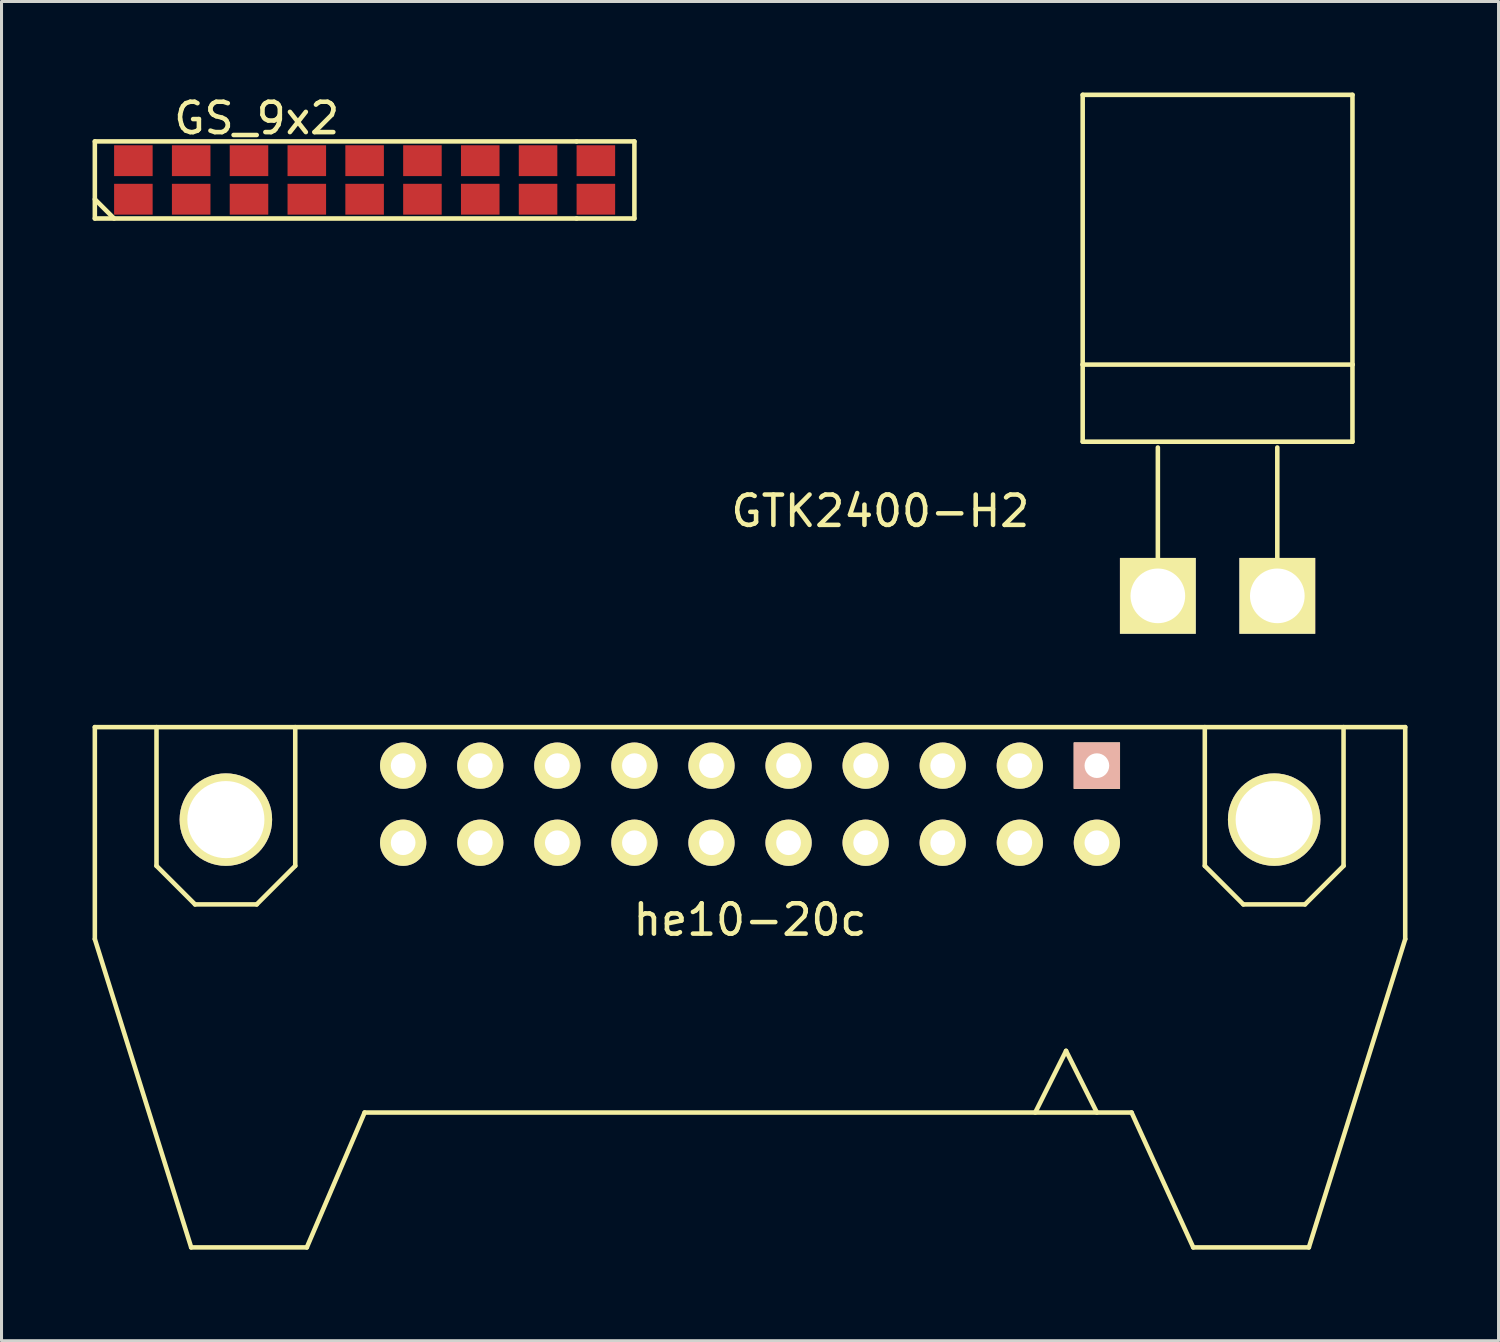
<source format=kicad_pcb>
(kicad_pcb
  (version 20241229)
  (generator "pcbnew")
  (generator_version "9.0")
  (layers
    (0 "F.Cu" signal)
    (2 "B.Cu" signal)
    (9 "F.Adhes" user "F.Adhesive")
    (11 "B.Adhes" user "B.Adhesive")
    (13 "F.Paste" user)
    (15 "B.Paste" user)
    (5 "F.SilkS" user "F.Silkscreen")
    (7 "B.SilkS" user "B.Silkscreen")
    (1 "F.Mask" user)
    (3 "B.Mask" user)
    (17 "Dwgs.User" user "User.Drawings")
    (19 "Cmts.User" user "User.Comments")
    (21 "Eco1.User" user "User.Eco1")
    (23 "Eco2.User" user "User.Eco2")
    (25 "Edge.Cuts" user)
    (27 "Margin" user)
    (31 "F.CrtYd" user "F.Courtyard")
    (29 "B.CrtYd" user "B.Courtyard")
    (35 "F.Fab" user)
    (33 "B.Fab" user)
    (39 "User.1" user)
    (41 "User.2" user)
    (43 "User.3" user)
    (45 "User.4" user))
  (footprint "he10-20c"
    (layer "F.Cu")
    (at 21.665 23.45)
    (property "Reference" "he10-20c" (at 0 3.81 0) (layer "F.SilkS") (effects (font (size 1 1) (thickness 0.15))))
    (attr through_hole)
    (fp_line (start -21.59 -2.54) (end -21.59 4.445) (stroke (width 0.15) (type solid)) (layer "F.SilkS"))
    (fp_line (start -21.59 -2.54) (end 21.59 -2.54) (stroke (width 0.15) (type solid)) (layer "F.SilkS"))
    (fp_line (start -21.59 4.445) (end -18.415 14.605) (stroke (width 0.15) (type solid)) (layer "F.SilkS"))
    (fp_line (start -19.558 2.032) (end -19.558 -2.54) (stroke (width 0.15) (type solid)) (layer "F.SilkS"))
    (fp_line (start -18.415 14.605) (end -14.605 14.605) (stroke (width 0.15) (type solid)) (layer "F.SilkS"))
    (fp_line (start -18.288 3.302) (end -19.558 2.032) (stroke (width 0.15) (type solid)) (layer "F.SilkS"))
    (fp_line (start -16.256 3.302) (end -18.288 3.302) (stroke (width 0.15) (type solid)) (layer "F.SilkS"))
    (fp_line (start -14.986 -2.54) (end -14.986 2.032) (stroke (width 0.15) (type solid)) (layer "F.SilkS"))
    (fp_line (start -14.986 2.032) (end -16.256 3.302) (stroke (width 0.15) (type solid)) (layer "F.SilkS"))
    (fp_line (start -14.605 14.605) (end -12.7 10.16) (stroke (width 0.15) (type solid)) (layer "F.SilkS"))
    (fp_line (start -12.7 10.16) (end 12.573 10.16) (stroke (width 0.15) (type solid)) (layer "F.SilkS"))
    (fp_line (start 10.414 8.128) (end 9.398 10.16) (stroke (width 0.15) (type solid)) (layer "F.SilkS"))
    (fp_line (start 11.43 10.16) (end 10.414 8.128) (stroke (width 0.15) (type solid)) (layer "F.SilkS"))
    (fp_line (start 14.605 14.605) (end 12.573 10.16) (stroke (width 0.15) (type solid)) (layer "F.SilkS"))
    (fp_line (start 14.986 2.032) (end 14.986 -2.54) (stroke (width 0.15) (type solid)) (layer "F.SilkS"))
    (fp_line (start 16.256 3.302) (end 14.986 2.032) (stroke (width 0.15) (type solid)) (layer "F.SilkS"))
    (fp_line (start 18.288 3.302) (end 16.256 3.302) (stroke (width 0.15) (type solid)) (layer "F.SilkS"))
    (fp_line (start 18.415 14.605) (end 14.605 14.605) (stroke (width 0.15) (type solid)) (layer "F.SilkS"))
    (fp_line (start 19.558 -2.54) (end 19.558 2.032) (stroke (width 0.15) (type solid)) (layer "F.SilkS"))
    (fp_line (start 19.558 2.032) (end 18.288 3.302) (stroke (width 0.15) (type solid)) (layer "F.SilkS"))
    (fp_line (start 21.59 -2.54) (end 21.59 4.445) (stroke (width 0.15) (type solid)) (layer "F.SilkS"))
    (fp_line (start 21.59 4.445) (end 18.415 14.605) (stroke (width 0.15) (type solid)) (layer "F.SilkS"))
    (pad "0" thru_hole circle (at -17.272 0.508) (size 3.048 3.048) (drill 2.54) (layers "*.Cu" "*.Mask" "F.SilkS"))
    (pad "0" thru_hole circle (at 17.272 0.508) (size 3.048 3.048) (drill 2.54) (layers "*.Cu" "*.Mask" "F.SilkS"))
    (pad "1" thru_hole rect (at 11.43 -1.27) (size 1.524 1.524) (drill 0.813) (layers "*.Cu" "*.SilkS" "*.Mask"))
    (pad "2" thru_hole circle (at 11.43 1.27) (size 1.524 1.524) (drill 0.813) (layers "*.Cu" "*.Mask" "F.SilkS"))
    (pad "3" thru_hole circle (at 8.89 -1.27) (size 1.524 1.524) (drill 0.813) (layers "*.Cu" "*.Mask" "F.SilkS"))
    (pad "4" thru_hole circle (at 8.89 1.27) (size 1.524 1.524) (drill 0.813) (layers "*.Cu" "*.Mask" "F.SilkS"))
    (pad "5" thru_hole circle (at 6.35 -1.27) (size 1.524 1.524) (drill 0.813) (layers "*.Cu" "*.Mask" "F.SilkS"))
    (pad "6" thru_hole circle (at 6.35 1.27) (size 1.524 1.524) (drill 0.813) (layers "*.Cu" "*.Mask" "F.SilkS"))
    (pad "7" thru_hole circle (at 3.81 -1.27) (size 1.524 1.524) (drill 0.813) (layers "*.Cu" "*.Mask" "F.SilkS"))
    (pad "8" thru_hole circle (at 3.81 1.27) (size 1.524 1.524) (drill 0.813) (layers "*.Cu" "*.Mask" "F.SilkS"))
    (pad "9" thru_hole circle (at 1.27 -1.27) (size 1.524 1.524) (drill 0.813) (layers "*.Cu" "*.Mask" "F.SilkS"))
    (pad "10" thru_hole circle (at 1.27 1.27) (size 1.524 1.524) (drill 0.813) (layers "*.Cu" "*.Mask" "F.SilkS"))
    (pad "11" thru_hole circle (at -1.27 -1.27) (size 1.524 1.524) (drill 0.813) (layers "*.Cu" "*.Mask" "F.SilkS"))
    (pad "12" thru_hole circle (at -1.27 1.27) (size 1.524 1.524) (drill 0.813) (layers "*.Cu" "*.Mask" "F.SilkS"))
    (pad "13" thru_hole circle (at -3.81 -1.27) (size 1.524 1.524) (drill 0.813) (layers "*.Cu" "*.Mask" "F.SilkS"))
    (pad "14" thru_hole circle (at -3.81 1.27) (size 1.524 1.524) (drill 0.813) (layers "*.Cu" "*.Mask" "F.SilkS"))
    (pad "15" thru_hole circle (at -6.35 -1.27) (size 1.524 1.524) (drill 0.813) (layers "*.Cu" "*.Mask" "F.SilkS"))
    (pad "16" thru_hole circle (at -6.35 1.27) (size 1.524 1.524) (drill 0.813) (layers "*.Cu" "*.Mask" "F.SilkS"))
    (pad "17" thru_hole circle (at -8.89 -1.27) (size 1.524 1.524) (drill 0.813) (layers "*.Cu" "*.Mask" "F.SilkS"))
    (pad "18" thru_hole circle (at -8.89 1.27) (size 1.524 1.524) (drill 0.813) (layers "*.Cu" "*.Mask" "F.SilkS"))
    (pad "19" thru_hole circle (at -11.43 -1.27) (size 1.524 1.524) (drill 0.813) (layers "*.Cu" "*.Mask" "F.SilkS"))
    (pad "20" thru_hole circle (at -11.43 1.27) (size 1.524 1.524) (drill 0.813) (layers "*.Cu" "*.Mask" "F.SilkS")))
  (footprint "GS_9x2"
    (layer "F.Cu")
    (at 8.965 2.88)
    (property "Reference" "GS_9x2" (at -3.556 -2.032 0) (layer "F.SilkS") (effects (font (size 1 1) (thickness 0.15))))
    (attr through_hole)
    (fp_line (start -8.89 -1.27) (end 6.985 -1.27) (stroke (width 0.15) (type solid)) (layer "F.SilkS"))
    (fp_line (start -8.89 0.635) (end -8.255 1.27) (stroke (width 0.15) (type solid)) (layer "F.SilkS"))
    (fp_line (start -8.89 1.27) (end -8.89 -1.27) (stroke (width 0.15) (type solid)) (layer "F.SilkS"))
    (fp_line (start 6.985 -1.27) (end 8.89 -1.27) (stroke (width 0.15) (type solid)) (layer "F.SilkS"))
    (fp_line (start 6.985 1.27) (end -8.89 1.27) (stroke (width 0.15) (type solid)) (layer "F.SilkS"))
    (fp_line (start 8.89 -1.27) (end 8.89 1.27) (stroke (width 0.15) (type solid)) (layer "F.SilkS"))
    (fp_line (start 8.89 1.27) (end 6.985 1.27) (stroke (width 0.15) (type solid)) (layer "F.SilkS"))
    (pad "1" smd rect (at -7.62 0.635) (size 1.27 1.016) (layers "F.Cu" "F.Mask" "F.Paste"))
    (pad "2" smd rect (at -7.62 -0.635) (size 1.27 1.016) (layers "F.Cu" "F.Mask" "F.Paste"))
    (pad "3" smd rect (at -5.715 0.635) (size 1.27 1.016) (layers "F.Cu" "F.Mask" "F.Paste"))
    (pad "4" smd rect (at -5.715 -0.635) (size 1.27 1.016) (layers "F.Cu" "F.Mask" "F.Paste"))
    (pad "5" smd rect (at -3.81 0.635) (size 1.27 1.016) (layers "F.Cu" "F.Mask" "F.Paste"))
    (pad "6" smd rect (at -3.81 -0.635) (size 1.27 1.016) (layers "F.Cu" "F.Mask" "F.Paste"))
    (pad "7" smd rect (at -1.905 0.635) (size 1.27 1.016) (layers "F.Cu" "F.Mask" "F.Paste"))
    (pad "8" smd rect (at -1.905 -0.635) (size 1.27 1.016) (layers "F.Cu" "F.Mask" "F.Paste"))
    (pad "9" smd rect (at 0 0.635) (size 1.27 1.016) (layers "F.Cu" "F.Mask" "F.Paste"))
    (pad "10" smd rect (at 0 -0.635) (size 1.27 1.016) (layers "F.Cu" "F.Mask" "F.Paste"))
    (pad "11" smd rect (at 1.905 0.635) (size 1.27 1.016) (layers "F.Cu" "F.Mask" "F.Paste"))
    (pad "12" smd rect (at 1.905 -0.635) (size 1.27 1.016) (layers "F.Cu" "F.Mask" "F.Paste"))
    (pad "13" smd rect (at 3.81 0.635) (size 1.27 1.016) (layers "F.Cu" "F.Mask" "F.Paste"))
    (pad "14" smd rect (at 3.81 -0.635) (size 1.27 1.016) (layers "F.Cu" "F.Mask" "F.Paste"))
    (pad "15" smd rect (at 5.715 0.635) (size 1.27 1.016) (layers "F.Cu" "F.Mask" "F.Paste"))
    (pad "16" smd rect (at 5.715 -0.635) (size 1.27 1.016) (layers "F.Cu" "F.Mask" "F.Paste"))
    (pad "17" smd rect (at 7.62 0.635) (size 1.27 1.016) (layers "F.Cu" "F.Mask" "F.Paste"))
    (pad "18" smd rect (at 7.62 -0.635) (size 1.27 1.016) (layers "F.Cu" "F.Mask" "F.Paste")))
  (footprint "GTK2400-H2"
    (layer "F.Cu")
    (at 37.072 16.585)
    (property "Reference" "GTK2400-H2" (at -11.113 -2.794 0) (layer "F.SilkS") (effects (font (size 1 1) (thickness 0.15))))
    (attr through_hole)
    (fp_line (start -4.445 -16.51) (end 4.445 -16.51) (stroke (width 0.15) (type solid)) (layer "F.SilkS"))
    (fp_line (start -4.445 -7.62) (end -4.445 -16.51) (stroke (width 0.15) (type solid)) (layer "F.SilkS"))
    (fp_line (start -4.445 -7.62) (end 4.445 -7.62) (stroke (width 0.15) (type solid)) (layer "F.SilkS"))
    (fp_line (start -4.445 -5.08) (end -4.445 -7.62) (stroke (width 0.15) (type solid)) (layer "F.SilkS"))
    (fp_line (start -1.968 0) (end -1.968 -4.889) (stroke (width 0.15) (type solid)) (layer "F.SilkS"))
    (fp_line (start 1.968 0) (end 1.968 -4.889) (stroke (width 0.15) (type solid)) (layer "F.SilkS"))
    (fp_line (start 4.445 -16.51) (end 4.445 -7.62) (stroke (width 0.15) (type solid)) (layer "F.SilkS"))
    (fp_line (start 4.445 -7.62) (end 4.445 -5.08) (stroke (width 0.15) (type solid)) (layer "F.SilkS"))
    (fp_line (start 4.445 -5.08) (end -4.445 -5.08) (stroke (width 0.15) (type solid)) (layer "F.SilkS"))
    (pad "1" thru_hole rect (at -1.968 0) (size 2.499 2.499) (drill 1.801) (layers "*.Cu" "*.Mask" "F.SilkS"))
    (pad "2" thru_hole rect (at 1.968 0) (size 2.499 2.499) (drill 1.801) (layers "*.Cu" "*.Mask" "F.SilkS")))
  (gr_rect
    (start -3 -3)
    (end 46.33 41.13)
    (stroke (width 0.1) (type default))
    (fill no)
    (layer "Edge.Cuts")))
</source>
